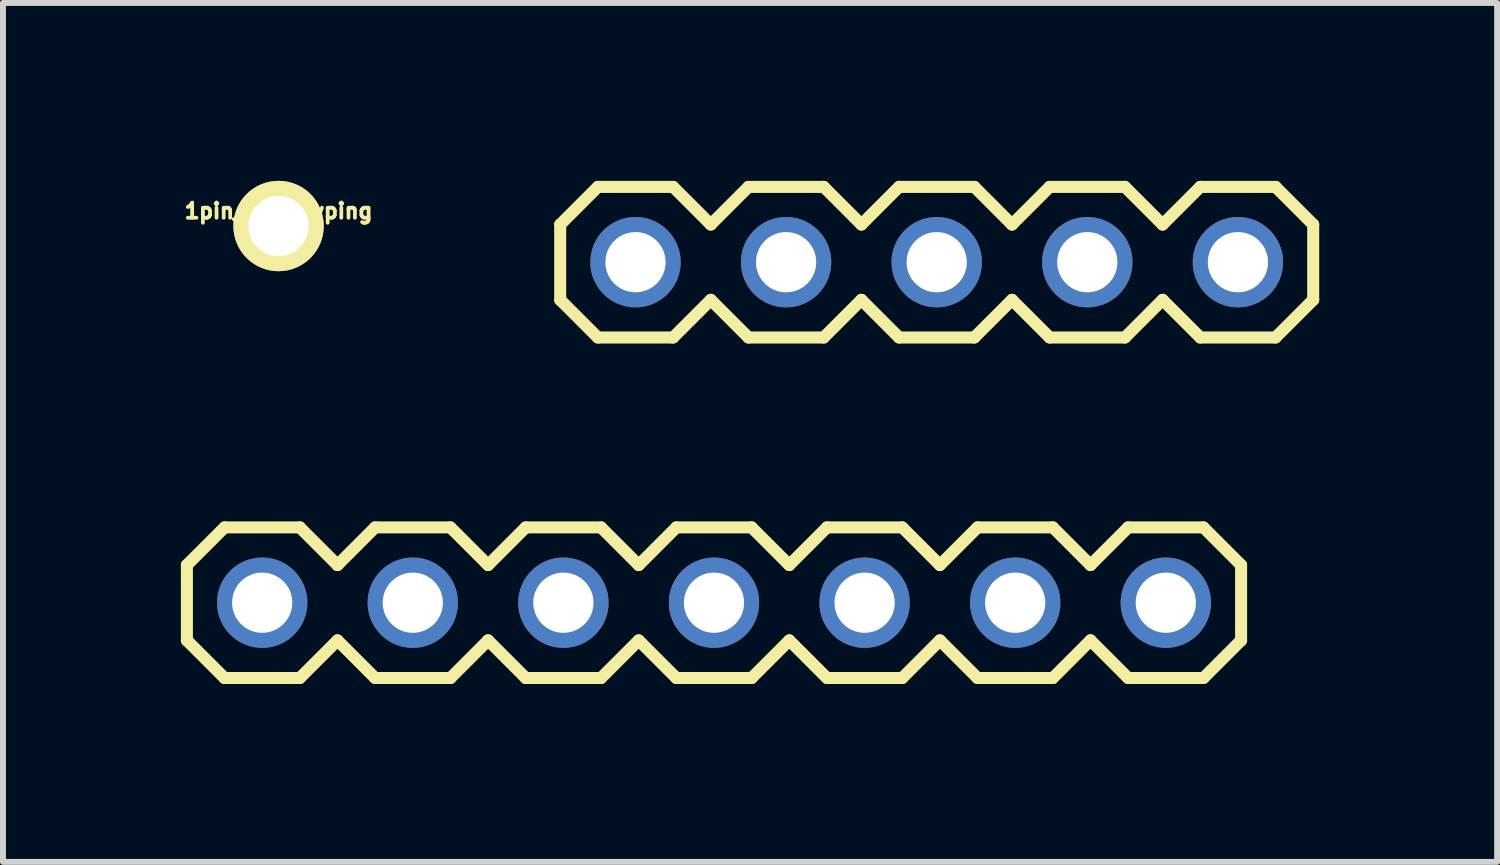
<source format=kicad_pcb>
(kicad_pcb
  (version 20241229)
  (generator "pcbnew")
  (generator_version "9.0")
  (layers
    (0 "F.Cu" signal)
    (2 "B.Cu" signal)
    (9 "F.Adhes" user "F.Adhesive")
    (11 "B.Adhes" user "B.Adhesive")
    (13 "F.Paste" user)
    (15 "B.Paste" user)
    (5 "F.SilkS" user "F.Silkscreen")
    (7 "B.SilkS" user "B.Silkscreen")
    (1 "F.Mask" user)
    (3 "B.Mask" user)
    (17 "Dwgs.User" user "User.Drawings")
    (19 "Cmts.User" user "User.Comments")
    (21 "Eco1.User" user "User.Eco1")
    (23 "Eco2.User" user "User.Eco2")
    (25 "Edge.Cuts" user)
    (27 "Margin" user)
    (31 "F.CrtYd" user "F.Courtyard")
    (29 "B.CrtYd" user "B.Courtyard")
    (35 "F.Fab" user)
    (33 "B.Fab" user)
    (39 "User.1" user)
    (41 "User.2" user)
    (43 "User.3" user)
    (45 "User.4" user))
  (footprint "1X05"
    (layer "F.Cu")
    (at 7.668 1.372)
    (property "Reference" "1X05" (at 0.1 0 0) (layer "Eco1.User") (effects (font (size 0.6 0.6) (thickness 0.1))))
    (attr through_hole)
    (fp_line (start -1.27 -0.635) (end -1.27 0.635) (stroke (width 0.203) (type solid)) (layer "F.SilkS"))
    (fp_line (start -1.27 0.635) (end -0.635 1.27) (stroke (width 0.203) (type solid)) (layer "F.SilkS"))
    (fp_line (start -0.635 -1.27) (end -1.27 -0.635) (stroke (width 0.203) (type solid)) (layer "F.SilkS"))
    (fp_line (start -0.635 -1.27) (end 0.635 -1.27) (stroke (width 0.203) (type solid)) (layer "F.SilkS"))
    (fp_line (start 0.635 -1.27) (end 1.27 -0.635) (stroke (width 0.203) (type solid)) (layer "F.SilkS"))
    (fp_line (start 0.635 1.27) (end -0.635 1.27) (stroke (width 0.203) (type solid)) (layer "F.SilkS"))
    (fp_line (start 1.27 -0.635) (end 1.905 -1.27) (stroke (width 0.203) (type solid)) (layer "F.SilkS"))
    (fp_line (start 1.27 0.635) (end 0.635 1.27) (stroke (width 0.203) (type solid)) (layer "F.SilkS"))
    (fp_line (start 1.905 -1.27) (end 3.175 -1.27) (stroke (width 0.203) (type solid)) (layer "F.SilkS"))
    (fp_line (start 1.905 1.27) (end 1.27 0.635) (stroke (width 0.203) (type solid)) (layer "F.SilkS"))
    (fp_line (start 3.175 -1.27) (end 3.81 -0.635) (stroke (width 0.203) (type solid)) (layer "F.SilkS"))
    (fp_line (start 3.175 1.27) (end 1.905 1.27) (stroke (width 0.203) (type solid)) (layer "F.SilkS"))
    (fp_line (start 3.81 -0.635) (end 4.445 -1.27) (stroke (width 0.203) (type solid)) (layer "F.SilkS"))
    (fp_line (start 3.81 0.635) (end 3.175 1.27) (stroke (width 0.203) (type solid)) (layer "F.SilkS"))
    (fp_line (start 4.445 -1.27) (end 5.715 -1.27) (stroke (width 0.203) (type solid)) (layer "F.SilkS"))
    (fp_line (start 4.445 1.27) (end 3.81 0.635) (stroke (width 0.203) (type solid)) (layer "F.SilkS"))
    (fp_line (start 5.715 -1.27) (end 6.35 -0.635) (stroke (width 0.203) (type solid)) (layer "F.SilkS"))
    (fp_line (start 5.715 1.27) (end 4.445 1.27) (stroke (width 0.203) (type solid)) (layer "F.SilkS"))
    (fp_line (start 6.35 0.635) (end 5.715 1.27) (stroke (width 0.203) (type solid)) (layer "F.SilkS"))
    (fp_line (start 6.35 0.635) (end 6.985 1.27) (stroke (width 0.203) (type solid)) (layer "F.SilkS"))
    (fp_line (start 6.985 -1.27) (end 6.35 -0.635) (stroke (width 0.203) (type solid)) (layer "F.SilkS"))
    (fp_line (start 6.985 -1.27) (end 8.255 -1.27) (stroke (width 0.203) (type solid)) (layer "F.SilkS"))
    (fp_line (start 8.255 -1.27) (end 8.89 -0.635) (stroke (width 0.203) (type solid)) (layer "F.SilkS"))
    (fp_line (start 8.255 1.27) (end 6.985 1.27) (stroke (width 0.203) (type solid)) (layer "F.SilkS"))
    (fp_line (start 8.89 -0.635) (end 9.525 -1.27) (stroke (width 0.203) (type solid)) (layer "F.SilkS"))
    (fp_line (start 8.89 0.635) (end 8.255 1.27) (stroke (width 0.203) (type solid)) (layer "F.SilkS"))
    (fp_line (start 9.525 -1.27) (end 10.795 -1.27) (stroke (width 0.203) (type solid)) (layer "F.SilkS"))
    (fp_line (start 9.525 1.27) (end 8.89 0.635) (stroke (width 0.203) (type solid)) (layer "F.SilkS"))
    (fp_line (start 10.795 -1.27) (end 11.43 -0.635) (stroke (width 0.203) (type solid)) (layer "F.SilkS"))
    (fp_line (start 10.795 1.27) (end 9.525 1.27) (stroke (width 0.203) (type solid)) (layer "F.SilkS"))
    (fp_line (start 11.43 -0.635) (end 11.43 0.635) (stroke (width 0.203) (type solid)) (layer "F.SilkS"))
    (fp_line (start 11.43 0.635) (end 10.795 1.27) (stroke (width 0.203) (type solid)) (layer "F.SilkS"))
    (pad "1" thru_hole oval (at 0 0 90) (size 1.524 1.524) (drill 1.016) (layers "*.Cu" "*.Mask"))
    (pad "2" thru_hole oval (at 2.54 0 90) (size 1.524 1.524) (drill 1.016) (layers "*.Cu" "*.Mask"))
    (pad "3" thru_hole oval (at 5.08 0 90) (size 1.524 1.524) (drill 1.016) (layers "*.Cu" "*.Mask"))
    (pad "4" thru_hole oval (at 7.62 0 90) (size 1.524 1.524) (drill 1.016) (layers "*.Cu" "*.Mask"))
    (pad "5" thru_hole oval (at 10.16 0 90) (size 1.524 1.524) (drill 1.016) (layers "*.Cu" "*.Mask")))
  (footprint "1X07"
    (layer "F.Cu")
    (at 1.372 7.115)
    (property "Reference" "1X07" (at 0 0 0) (layer "Eco1.User") (effects (font (size 0.6 0.6) (thickness 0.1))))
    (attr through_hole)
    (fp_line (start -1.27 -0.635) (end -1.27 0.635) (stroke (width 0.203) (type solid)) (layer "F.SilkS"))
    (fp_line (start -1.27 0.635) (end -0.635 1.27) (stroke (width 0.203) (type solid)) (layer "F.SilkS"))
    (fp_line (start -0.635 -1.27) (end -1.27 -0.635) (stroke (width 0.203) (type solid)) (layer "F.SilkS"))
    (fp_line (start -0.635 -1.27) (end 0.635 -1.27) (stroke (width 0.203) (type solid)) (layer "F.SilkS"))
    (fp_line (start 0.635 -1.27) (end 1.27 -0.635) (stroke (width 0.203) (type solid)) (layer "F.SilkS"))
    (fp_line (start 0.635 1.27) (end -0.635 1.27) (stroke (width 0.203) (type solid)) (layer "F.SilkS"))
    (fp_line (start 1.27 -0.635) (end 1.905 -1.27) (stroke (width 0.203) (type solid)) (layer "F.SilkS"))
    (fp_line (start 1.27 0.635) (end 0.635 1.27) (stroke (width 0.203) (type solid)) (layer "F.SilkS"))
    (fp_line (start 1.905 -1.27) (end 3.175 -1.27) (stroke (width 0.203) (type solid)) (layer "F.SilkS"))
    (fp_line (start 1.905 1.27) (end 1.27 0.635) (stroke (width 0.203) (type solid)) (layer "F.SilkS"))
    (fp_line (start 3.175 -1.27) (end 3.81 -0.635) (stroke (width 0.203) (type solid)) (layer "F.SilkS"))
    (fp_line (start 3.175 1.27) (end 1.905 1.27) (stroke (width 0.203) (type solid)) (layer "F.SilkS"))
    (fp_line (start 3.81 -0.635) (end 4.445 -1.27) (stroke (width 0.203) (type solid)) (layer "F.SilkS"))
    (fp_line (start 3.81 0.635) (end 3.175 1.27) (stroke (width 0.203) (type solid)) (layer "F.SilkS"))
    (fp_line (start 4.445 -1.27) (end 5.715 -1.27) (stroke (width 0.203) (type solid)) (layer "F.SilkS"))
    (fp_line (start 4.445 1.27) (end 3.81 0.635) (stroke (width 0.203) (type solid)) (layer "F.SilkS"))
    (fp_line (start 5.715 -1.27) (end 6.35 -0.635) (stroke (width 0.203) (type solid)) (layer "F.SilkS"))
    (fp_line (start 5.715 1.27) (end 4.445 1.27) (stroke (width 0.203) (type solid)) (layer "F.SilkS"))
    (fp_line (start 6.35 0.635) (end 5.715 1.27) (stroke (width 0.203) (type solid)) (layer "F.SilkS"))
    (fp_line (start 6.35 0.635) (end 6.985 1.27) (stroke (width 0.203) (type solid)) (layer "F.SilkS"))
    (fp_line (start 6.985 -1.27) (end 6.35 -0.635) (stroke (width 0.203) (type solid)) (layer "F.SilkS"))
    (fp_line (start 6.985 -1.27) (end 8.255 -1.27) (stroke (width 0.203) (type solid)) (layer "F.SilkS"))
    (fp_line (start 8.255 -1.27) (end 8.89 -0.635) (stroke (width 0.203) (type solid)) (layer "F.SilkS"))
    (fp_line (start 8.255 1.27) (end 6.985 1.27) (stroke (width 0.203) (type solid)) (layer "F.SilkS"))
    (fp_line (start 8.89 -0.635) (end 9.525 -1.27) (stroke (width 0.203) (type solid)) (layer "F.SilkS"))
    (fp_line (start 8.89 0.635) (end 8.255 1.27) (stroke (width 0.203) (type solid)) (layer "F.SilkS"))
    (fp_line (start 9.525 -1.27) (end 10.795 -1.27) (stroke (width 0.203) (type solid)) (layer "F.SilkS"))
    (fp_line (start 9.525 1.27) (end 8.89 0.635) (stroke (width 0.203) (type solid)) (layer "F.SilkS"))
    (fp_line (start 10.795 -1.27) (end 11.43 -0.635) (stroke (width 0.203) (type solid)) (layer "F.SilkS"))
    (fp_line (start 10.795 1.27) (end 9.525 1.27) (stroke (width 0.203) (type solid)) (layer "F.SilkS"))
    (fp_line (start 11.43 -0.635) (end 12.065 -1.27) (stroke (width 0.203) (type solid)) (layer "F.SilkS"))
    (fp_line (start 11.43 0.635) (end 10.795 1.27) (stroke (width 0.203) (type solid)) (layer "F.SilkS"))
    (fp_line (start 12.065 -1.27) (end 13.335 -1.27) (stroke (width 0.203) (type solid)) (layer "F.SilkS"))
    (fp_line (start 12.065 1.27) (end 11.43 0.635) (stroke (width 0.203) (type solid)) (layer "F.SilkS"))
    (fp_line (start 13.335 -1.27) (end 13.97 -0.635) (stroke (width 0.203) (type solid)) (layer "F.SilkS"))
    (fp_line (start 13.335 1.27) (end 12.065 1.27) (stroke (width 0.203) (type solid)) (layer "F.SilkS"))
    (fp_line (start 13.97 0.635) (end 13.335 1.27) (stroke (width 0.203) (type solid)) (layer "F.SilkS"))
    (fp_line (start 13.97 0.635) (end 14.605 1.27) (stroke (width 0.203) (type solid)) (layer "F.SilkS"))
    (fp_line (start 14.605 -1.27) (end 13.97 -0.635) (stroke (width 0.203) (type solid)) (layer "F.SilkS"))
    (fp_line (start 14.605 -1.27) (end 15.875 -1.27) (stroke (width 0.203) (type solid)) (layer "F.SilkS"))
    (fp_line (start 15.875 -1.27) (end 16.51 -0.635) (stroke (width 0.203) (type solid)) (layer "F.SilkS"))
    (fp_line (start 15.875 1.27) (end 14.605 1.27) (stroke (width 0.203) (type solid)) (layer "F.SilkS"))
    (fp_line (start 16.51 -0.635) (end 16.51 0.635) (stroke (width 0.203) (type solid)) (layer "F.SilkS"))
    (fp_line (start 16.51 0.635) (end 15.875 1.27) (stroke (width 0.203) (type solid)) (layer "F.SilkS"))
    (pad "1" thru_hole oval (at 0 0 90) (size 1.524 1.524) (drill 1.016) (layers "*.Cu" "*.Mask"))
    (pad "2" thru_hole oval (at 2.54 0 90) (size 1.524 1.524) (drill 1.016) (layers "*.Cu" "*.Mask"))
    (pad "3" thru_hole oval (at 5.08 0 90) (size 1.524 1.524) (drill 1.016) (layers "*.Cu" "*.Mask"))
    (pad "4" thru_hole oval (at 7.62 0 90) (size 1.524 1.524) (drill 1.016) (layers "*.Cu" "*.Mask"))
    (pad "5" thru_hole oval (at 10.16 0 90) (size 1.524 1.524) (drill 1.016) (layers "*.Cu" "*.Mask"))
    (pad "6" thru_hole oval (at 12.7 0 90) (size 1.524 1.524) (drill 1.016) (layers "*.Cu" "*.Mask"))
    (pad "7" thru_hole oval (at 15.24 0 90) (size 1.524 1.524) (drill 1.016) (layers "*.Cu" "*.Mask")))
  (footprint "1pin_prototyping"
    (layer "F.Cu")
    (at 1.648 0.762)
    (property "Reference" "1pin_prototyping" (at 0 -0.254 0) (layer "F.SilkS") (effects (font (size 0.254 0.254) (thickness 0.064))))
    (attr through_hole)
    (pad "1" thru_hole circle (at 0 0) (size 1.524 1.524) (drill 1.016) (layers "*.Cu" "*.Mask" "F.SilkS")))
  (gr_rect
    (start -3 -3)
    (end 22.2 11.486)
    (stroke (width 0.1) (type default))
    (fill no)
    (layer "Edge.Cuts")))
</source>
